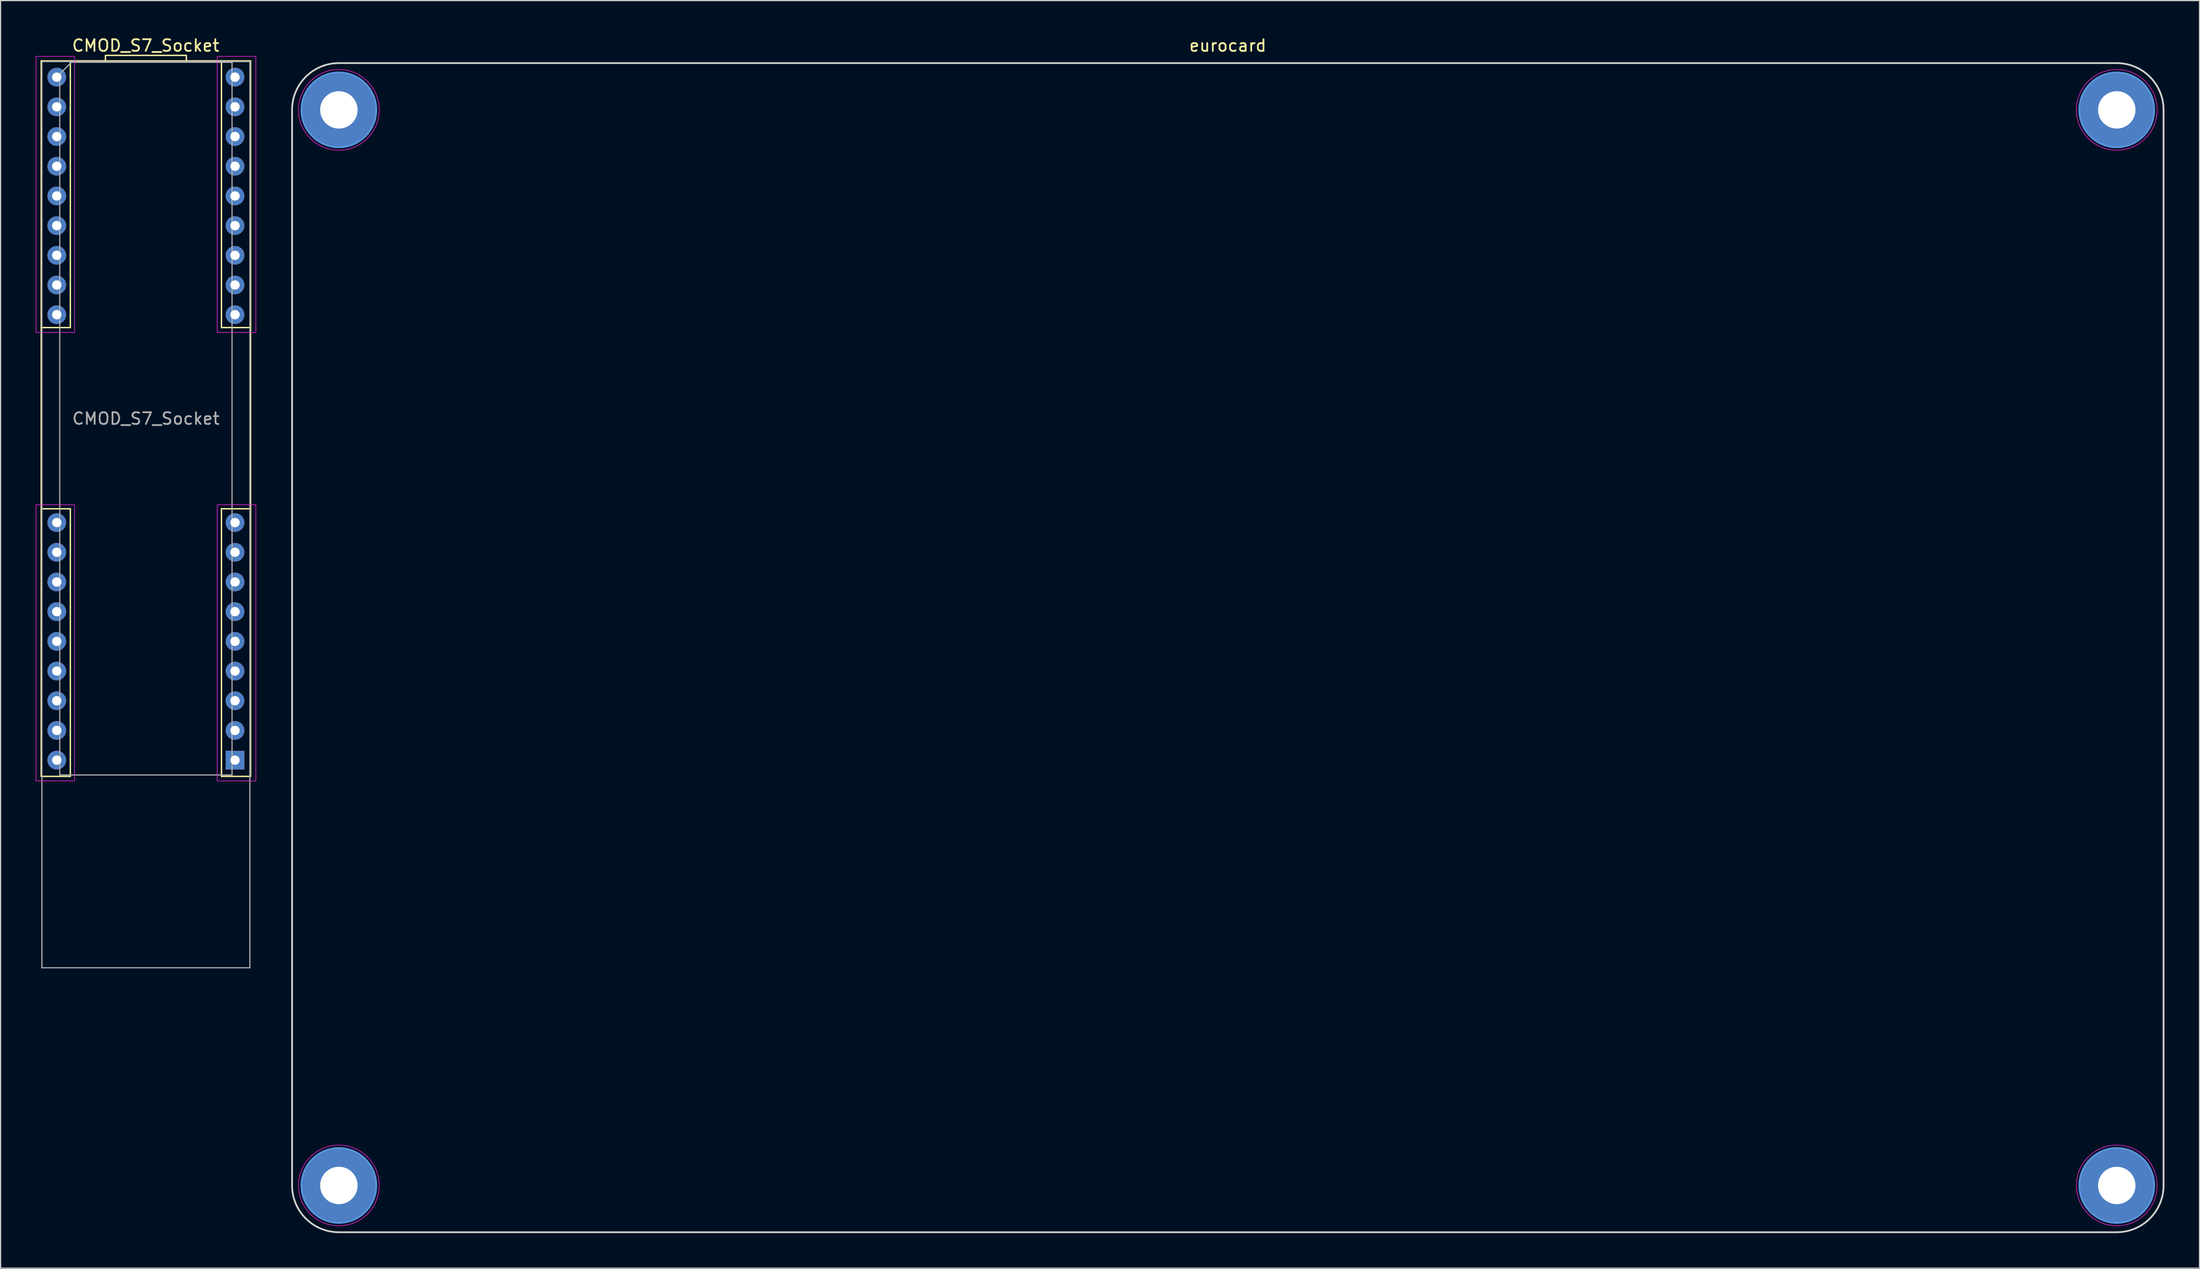
<source format=kicad_pcb>
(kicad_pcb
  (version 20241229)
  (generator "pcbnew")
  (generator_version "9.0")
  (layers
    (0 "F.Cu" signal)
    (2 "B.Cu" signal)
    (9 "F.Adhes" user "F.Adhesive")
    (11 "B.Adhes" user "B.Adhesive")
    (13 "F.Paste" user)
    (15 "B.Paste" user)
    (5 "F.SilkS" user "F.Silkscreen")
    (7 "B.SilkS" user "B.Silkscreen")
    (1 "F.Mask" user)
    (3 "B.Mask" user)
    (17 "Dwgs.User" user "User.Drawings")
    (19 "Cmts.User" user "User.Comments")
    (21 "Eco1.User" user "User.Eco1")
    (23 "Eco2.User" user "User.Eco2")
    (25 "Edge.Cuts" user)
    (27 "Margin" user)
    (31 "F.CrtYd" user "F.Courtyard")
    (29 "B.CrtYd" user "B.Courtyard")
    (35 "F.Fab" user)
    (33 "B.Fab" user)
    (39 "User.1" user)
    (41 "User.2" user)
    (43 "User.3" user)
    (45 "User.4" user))
  (footprint "eurocard"
    (layer "F.Cu")
    (at 101.921 52.348)
    (property "Reference" "eurocard" (at 0 -51.5 0) (unlocked yes) (layer "F.SilkS") (effects (font (size 1 1) (thickness 0.15))))
    (attr smd board_only exclude_from_bom)
    (fp_circle (center -76 -46) (end -72.8 -46) (stroke (width 0.15) (type solid)) (fill no) (layer "Cmts.User"))
    (fp_circle (center -76 46) (end -72.8 46) (stroke (width 0.15) (type solid)) (fill no) (layer "Cmts.User"))
    (fp_circle (center 76 -46) (end 72.8 -46) (stroke (width 0.15) (type solid)) (fill no) (layer "Cmts.User"))
    (fp_circle (center 76 46) (end 72.8 46) (stroke (width 0.15) (type solid)) (fill no) (layer "Cmts.User"))
    (fp_line (start -80 46) (end -80 -46) (stroke (width 0.15) (type solid)) (layer "Edge.Cuts"))
    (fp_line (start -76 -50) (end 76 -50) (stroke (width 0.15) (type solid)) (layer "Edge.Cuts"))
    (fp_line (start -76 50) (end 76 50) (stroke (width 0.15) (type solid)) (layer "Edge.Cuts"))
    (fp_line (start 80 -46) (end 80 46) (stroke (width 0.15) (type solid)) (layer "Edge.Cuts"))
    (fp_arc (start -80 -46) (mid -78.828427 -48.828427) (end -76 -50) (stroke (width 0.15) (type solid)) (layer "Edge.Cuts"))
    (fp_arc (start -76 50) (mid -78.828427 48.828427) (end -80 46) (stroke (width 0.15) (type solid)) (layer "Edge.Cuts"))
    (fp_arc (start 76 -50) (mid 78.828427 -48.828427) (end 80 -46) (stroke (width 0.15) (type solid)) (layer "Edge.Cuts"))
    (fp_arc (start 80 46) (mid 78.828427 48.828427) (end 76 50) (stroke (width 0.15) (type solid)) (layer "Edge.Cuts"))
    (fp_circle (center -76 -46) (end -72.55 -46) (stroke (width 0.05) (type solid)) (fill no) (layer "F.CrtYd"))
    (fp_circle (center -76 46) (end -72.55 46) (stroke (width 0.05) (type solid)) (fill no) (layer "F.CrtYd"))
    (fp_circle (center 76 -46) (end 72.55 -46) (stroke (width 0.05) (type solid)) (fill no) (layer "F.CrtYd"))
    (fp_circle (center 76 46) (end 72.55 46) (stroke (width 0.05) (type solid)) (fill no) (layer "F.CrtYd"))
    (pad "1" thru_hole circle (at -76 -46) (size 6.4 6.4) (drill 3.2) (layers "*.Cu" "*.Mask"))
    (pad "1" thru_hole circle (at -76 46) (size 6.4 6.4) (drill 3.2) (layers "*.Cu" "*.Mask"))
    (pad "1" thru_hole circle (at 76 -46 180) (size 6.4 6.4) (drill 3.2) (layers "*.Cu" "*.Mask"))
    (pad "1" thru_hole circle (at 76 46 180) (size 6.4 6.4) (drill 3.2) (layers "*.Cu" "*.Mask")))
  (footprint "CMOD_S7_Socket"
    (layer "F.Cu")
    (at 1.803 3.548)
    (property "Reference" "CMOD_S7_Socket" (at 7.6 -2.7 180) (layer "F.SilkS") (effects (font (size 1 1) (thickness 0.15))))
    (attr through_hole)
    (fp_line (start -1.33 -1.39) (end -1.33 21.42) (stroke (width 0.12) (type solid)) (layer "F.SilkS"))
    (fp_line (start -1.33 21.42) (end 1.16 21.42) (stroke (width 0.12) (type solid)) (layer "F.SilkS"))
    (fp_line (start -1.33 36.92) (end -1.33 21.42) (stroke (width 0.12) (type solid)) (layer "F.SilkS"))
    (fp_line (start -1.33 36.92) (end -1.33 59.81) (stroke (width 0.12) (type solid)) (layer "F.SilkS"))
    (fp_line (start -1.33 36.92) (end 1.16 36.92) (stroke (width 0.12) (type solid)) (layer "F.SilkS"))
    (fp_line (start -1.33 59.81) (end 1.16 59.81) (stroke (width 0.12) (type solid)) (layer "F.SilkS"))
    (fp_line (start 1.16 -1.33) (end 1.16 21.42) (stroke (width 0.12) (type solid)) (layer "F.SilkS"))
    (fp_line (start 1.16 36.92) (end 1.16 59.81) (stroke (width 0.12) (type solid)) (layer "F.SilkS"))
    (fp_line (start 14.08 -1.33) (end 1.16 -1.33) (stroke (width 0.12) (type solid)) (layer "F.SilkS"))
    (fp_line (start 14.08 21.42) (end 14.08 -1.33) (stroke (width 0.12) (type solid)) (layer "F.SilkS"))
    (fp_line (start 14.08 21.42) (end 16.57 21.42) (stroke (width 0.12) (type solid)) (layer "F.SilkS"))
    (fp_line (start 14.08 36.92) (end 16.57 36.92) (stroke (width 0.12) (type solid)) (layer "F.SilkS"))
    (fp_line (start 14.08 59.81) (end 14.08 36.92) (stroke (width 0.12) (type solid)) (layer "F.SilkS"))
    (fp_line (start 16.57 -1.39) (end -1.33 -1.39) (stroke (width 0.12) (type solid)) (layer "F.SilkS"))
    (fp_line (start 16.57 21.42) (end 16.57 -1.39) (stroke (width 0.12) (type solid)) (layer "F.SilkS"))
    (fp_line (start 16.57 36.92) (end 16.57 21.42) (stroke (width 0.12) (type solid)) (layer "F.SilkS"))
    (fp_line (start 16.57 59.81) (end 14.08 59.81) (stroke (width 0.12) (type solid)) (layer "F.SilkS"))
    (fp_line (start 16.57 59.81) (end 16.57 36.92) (stroke (width 0.12) (type solid)) (layer "F.SilkS"))
    (fp_rect (start 11.08 -1.86) (end 4.16 -1.33) (stroke (width 0.12) (type solid)) (fill no) (layer "F.SilkS"))
    (fp_rect (start -1.778 -1.778) (end 1.524 21.844) (stroke (width 0.05) (type solid)) (fill no) (layer "F.CrtYd"))
    (fp_rect (start -1.778 60.198) (end 1.524 36.576) (stroke (width 0.05) (type solid)) (fill no) (layer "F.CrtYd"))
    (fp_rect (start 13.716 21.844) (end 17.018 -1.778) (stroke (width 0.05) (type solid)) (fill no) (layer "F.CrtYd"))
    (fp_rect (start 17.018 60.198) (end 13.716 36.576) (stroke (width 0.05) (type solid)) (fill no) (layer "F.CrtYd"))
    (fp_line (start -1.27 -1.33) (end -1.27 76.18) (stroke (width 0.1) (type solid)) (layer "F.Fab"))
    (fp_line (start -1.27 76.18) (end 16.51 76.18) (stroke (width 0.1) (type solid)) (layer "F.Fab"))
    (fp_line (start 0.255 -0.27) (end 1.255 -1.27) (stroke (width 0.1) (type solid)) (layer "F.Fab"))
    (fp_line (start 0.255 59.69) (end 0.255 -0.27) (stroke (width 0.1) (type solid)) (layer "F.Fab"))
    (fp_line (start 1.255 -1.27) (end 14.985 -1.27) (stroke (width 0.1) (type solid)) (layer "F.Fab"))
    (fp_line (start 14.985 -1.27) (end 14.985 59.69) (stroke (width 0.1) (type solid)) (layer "F.Fab"))
    (fp_line (start 14.985 59.69) (end 0.255 59.69) (stroke (width 0.1) (type solid)) (layer "F.Fab"))
    (fp_line (start 16.51 -1.33) (end -1.27 -1.33) (stroke (width 0.1) (type solid)) (layer "F.Fab"))
    (fp_line (start 16.51 76.18) (end 16.51 -1.33) (stroke (width 0.1) (type solid)) (layer "F.Fab"))
    (fp_text user "${REFERENCE}" (at 7.62 29.21 0) (layer "F.Fab") (effects (font (size 1 1) (thickness 0.15))))
    (pad "1" thru_hole rect (at 15.24 58.42 180) (size 1.6 1.6) (drill 0.8) (layers "*.Cu" "*.Mask"))
    (pad "2" thru_hole oval (at 15.24 55.88 180) (size 1.6 1.6) (drill 0.8) (layers "*.Cu" "*.Mask"))
    (pad "3" thru_hole oval (at 15.24 53.34 180) (size 1.6 1.6) (drill 0.8) (layers "*.Cu" "*.Mask"))
    (pad "4" thru_hole oval (at 15.24 50.8 180) (size 1.6 1.6) (drill 0.8) (layers "*.Cu" "*.Mask"))
    (pad "5" thru_hole oval (at 15.24 48.26 180) (size 1.6 1.6) (drill 0.8) (layers "*.Cu" "*.Mask"))
    (pad "6" thru_hole oval (at 15.24 45.72 180) (size 1.6 1.6) (drill 0.8) (layers "*.Cu" "*.Mask"))
    (pad "7" thru_hole oval (at 15.24 43.18 180) (size 1.6 1.6) (drill 0.8) (layers "*.Cu" "*.Mask"))
    (pad "8" thru_hole oval (at 15.24 40.64 180) (size 1.6 1.6) (drill 0.8) (layers "*.Cu" "*.Mask"))
    (pad "9" thru_hole oval (at 15.24 38.1 180) (size 1.6 1.6) (drill 0.8) (layers "*.Cu" "*.Mask"))
    (pad "16" thru_hole oval (at 15.24 20.32 180) (size 1.6 1.6) (drill 0.8) (layers "*.Cu" "*.Mask"))
    (pad "17" thru_hole oval (at 15.24 17.78 180) (size 1.6 1.6) (drill 0.8) (layers "*.Cu" "*.Mask"))
    (pad "18" thru_hole oval (at 15.24 15.24 180) (size 1.6 1.6) (drill 0.8) (layers "*.Cu" "*.Mask"))
    (pad "19" thru_hole oval (at 15.24 12.7 180) (size 1.6 1.6) (drill 0.8) (layers "*.Cu" "*.Mask"))
    (pad "20" thru_hole oval (at 15.24 10.16 180) (size 1.6 1.6) (drill 0.8) (layers "*.Cu" "*.Mask"))
    (pad "21" thru_hole oval (at 15.24 7.62 180) (size 1.6 1.6) (drill 0.8) (layers "*.Cu" "*.Mask"))
    (pad "22" thru_hole oval (at 15.24 5.08 180) (size 1.6 1.6) (drill 0.8) (layers "*.Cu" "*.Mask"))
    (pad "23" thru_hole oval (at 15.24 2.54 180) (size 1.6 1.6) (drill 0.8) (layers "*.Cu" "*.Mask"))
    (pad "24" thru_hole oval (at 15.24 0 180) (size 1.6 1.6) (drill 0.8) (layers "*.Cu" "*.Mask"))
    (pad "25" thru_hole oval (at 0 0 180) (size 1.6 1.6) (drill 0.8) (layers "*.Cu" "*.Mask"))
    (pad "26" thru_hole oval (at 0 2.54 180) (size 1.6 1.6) (drill 0.8) (layers "*.Cu" "*.Mask"))
    (pad "27" thru_hole oval (at 0 5.08 180) (size 1.6 1.6) (drill 0.8) (layers "*.Cu" "*.Mask"))
    (pad "28" thru_hole oval (at 0 7.62 180) (size 1.6 1.6) (drill 0.8) (layers "*.Cu" "*.Mask"))
    (pad "29" thru_hole oval (at 0 10.16 180) (size 1.6 1.6) (drill 0.8) (layers "*.Cu" "*.Mask"))
    (pad "30" thru_hole oval (at 0 12.7 180) (size 1.6 1.6) (drill 0.8) (layers "*.Cu" "*.Mask"))
    (pad "31" thru_hole oval (at 0 15.24 180) (size 1.6 1.6) (drill 0.8) (layers "*.Cu" "*.Mask"))
    (pad "32" thru_hole oval (at 0 17.78 180) (size 1.6 1.6) (drill 0.8) (layers "*.Cu" "*.Mask"))
    (pad "33" thru_hole oval (at 0 20.32 180) (size 1.6 1.6) (drill 0.8) (layers "*.Cu" "*.Mask"))
    (pad "40" thru_hole oval (at 0 38.1 180) (size 1.6 1.6) (drill 0.8) (layers "*.Cu" "*.Mask"))
    (pad "41" thru_hole oval (at 0 40.64 180) (size 1.6 1.6) (drill 0.8) (layers "*.Cu" "*.Mask"))
    (pad "42" thru_hole oval (at 0 43.18 180) (size 1.6 1.6) (drill 0.8) (layers "*.Cu" "*.Mask"))
    (pad "43" thru_hole oval (at 0 45.72 180) (size 1.6 1.6) (drill 0.8) (layers "*.Cu" "*.Mask"))
    (pad "44" thru_hole oval (at 0 48.26 180) (size 1.6 1.6) (drill 0.8) (layers "*.Cu" "*.Mask"))
    (pad "45" thru_hole oval (at 0 50.8 180) (size 1.6 1.6) (drill 0.8) (layers "*.Cu" "*.Mask"))
    (pad "46" thru_hole oval (at 0 53.34 180) (size 1.6 1.6) (drill 0.8) (layers "*.Cu" "*.Mask"))
    (pad "47" thru_hole oval (at 0 55.88 180) (size 1.6 1.6) (drill 0.8) (layers "*.Cu" "*.Mask"))
    (pad "48" thru_hole oval (at 0 58.42 180) (size 1.6 1.6) (drill 0.8) (layers "*.Cu" "*.Mask")))
  (gr_rect
    (start -3 -3)
    (end 184.996 105.423)
    (stroke (width 0.1) (type default))
    (fill no)
    (layer "Edge.Cuts")))
</source>
